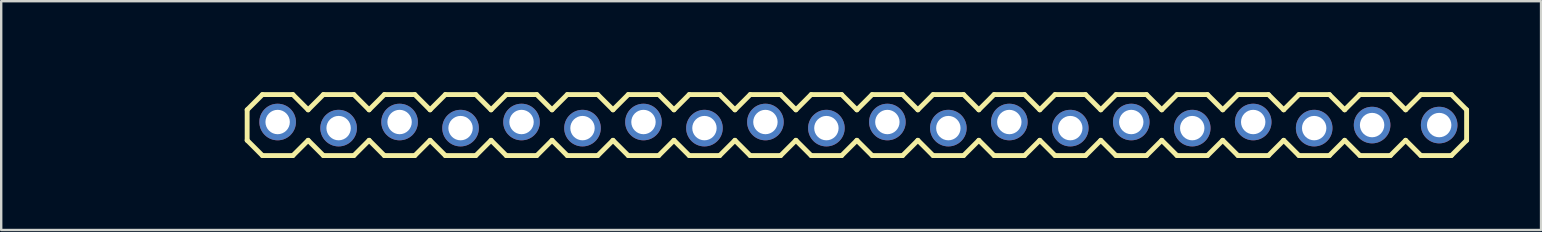
<source format=kicad_pcb>
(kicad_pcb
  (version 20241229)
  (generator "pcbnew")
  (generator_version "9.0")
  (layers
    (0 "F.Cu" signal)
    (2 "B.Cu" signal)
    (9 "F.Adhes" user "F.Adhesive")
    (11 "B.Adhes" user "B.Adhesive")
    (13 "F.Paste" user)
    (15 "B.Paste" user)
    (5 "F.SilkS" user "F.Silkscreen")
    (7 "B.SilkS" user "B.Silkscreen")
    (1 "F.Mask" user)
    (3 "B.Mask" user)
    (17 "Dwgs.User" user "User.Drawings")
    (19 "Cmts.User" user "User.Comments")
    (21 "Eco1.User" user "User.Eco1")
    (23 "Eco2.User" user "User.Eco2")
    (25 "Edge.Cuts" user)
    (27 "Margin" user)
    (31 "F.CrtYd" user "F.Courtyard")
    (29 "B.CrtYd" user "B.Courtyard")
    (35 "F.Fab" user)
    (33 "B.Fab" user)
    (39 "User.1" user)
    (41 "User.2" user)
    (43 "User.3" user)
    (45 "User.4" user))
  (footprint "1X20_LOCK_SPECIAL"
    (layer "F.Cu")
    (at 8.516 2.16)
    (property "Reference" "1X20_LOCK_SPECIAL" (at 1.194 -1.194 0) (layer "Eco1.User") (effects (font (size 1.27 1.27) (thickness 0.127))))
    (attr through_hole)
    (fp_line (start -1.27 -0.635) (end -1.27 0.635) (stroke (width 0.203) (type solid)) (layer "F.SilkS"))
    (fp_line (start -1.27 0.635) (end -0.635 1.27) (stroke (width 0.203) (type solid)) (layer "F.SilkS"))
    (fp_line (start -0.635 -1.27) (end -1.27 -0.635) (stroke (width 0.203) (type solid)) (layer "F.SilkS"))
    (fp_line (start -0.635 -1.27) (end 0.635 -1.27) (stroke (width 0.203) (type solid)) (layer "F.SilkS"))
    (fp_line (start 0.635 -1.27) (end 1.27 -0.635) (stroke (width 0.203) (type solid)) (layer "F.SilkS"))
    (fp_line (start 0.635 1.27) (end -0.635 1.27) (stroke (width 0.203) (type solid)) (layer "F.SilkS"))
    (fp_line (start 1.27 -0.635) (end 1.905 -1.27) (stroke (width 0.203) (type solid)) (layer "F.SilkS"))
    (fp_line (start 1.27 0.635) (end 0.635 1.27) (stroke (width 0.203) (type solid)) (layer "F.SilkS"))
    (fp_line (start 1.905 -1.27) (end 3.175 -1.27) (stroke (width 0.203) (type solid)) (layer "F.SilkS"))
    (fp_line (start 1.905 1.27) (end 1.27 0.635) (stroke (width 0.203) (type solid)) (layer "F.SilkS"))
    (fp_line (start 3.175 -1.27) (end 3.81 -0.635) (stroke (width 0.203) (type solid)) (layer "F.SilkS"))
    (fp_line (start 3.175 1.27) (end 1.905 1.27) (stroke (width 0.203) (type solid)) (layer "F.SilkS"))
    (fp_line (start 3.81 -0.635) (end 4.445 -1.27) (stroke (width 0.203) (type solid)) (layer "F.SilkS"))
    (fp_line (start 3.81 0.635) (end 3.175 1.27) (stroke (width 0.203) (type solid)) (layer "F.SilkS"))
    (fp_line (start 4.445 -1.27) (end 5.715 -1.27) (stroke (width 0.203) (type solid)) (layer "F.SilkS"))
    (fp_line (start 4.445 1.27) (end 3.81 0.635) (stroke (width 0.203) (type solid)) (layer "F.SilkS"))
    (fp_line (start 5.715 -1.27) (end 6.35 -0.635) (stroke (width 0.203) (type solid)) (layer "F.SilkS"))
    (fp_line (start 5.715 1.27) (end 4.445 1.27) (stroke (width 0.203) (type solid)) (layer "F.SilkS"))
    (fp_line (start 6.35 0.635) (end 5.715 1.27) (stroke (width 0.203) (type solid)) (layer "F.SilkS"))
    (fp_line (start 6.35 0.635) (end 6.985 1.27) (stroke (width 0.203) (type solid)) (layer "F.SilkS"))
    (fp_line (start 6.985 -1.27) (end 6.35 -0.635) (stroke (width 0.203) (type solid)) (layer "F.SilkS"))
    (fp_line (start 6.985 -1.27) (end 8.255 -1.27) (stroke (width 0.203) (type solid)) (layer "F.SilkS"))
    (fp_line (start 8.255 -1.27) (end 8.89 -0.635) (stroke (width 0.203) (type solid)) (layer "F.SilkS"))
    (fp_line (start 8.255 1.27) (end 6.985 1.27) (stroke (width 0.203) (type solid)) (layer "F.SilkS"))
    (fp_line (start 8.89 -0.635) (end 9.525 -1.27) (stroke (width 0.203) (type solid)) (layer "F.SilkS"))
    (fp_line (start 8.89 0.635) (end 8.255 1.27) (stroke (width 0.203) (type solid)) (layer "F.SilkS"))
    (fp_line (start 9.525 -1.27) (end 10.795 -1.27) (stroke (width 0.203) (type solid)) (layer "F.SilkS"))
    (fp_line (start 9.525 1.27) (end 8.89 0.635) (stroke (width 0.203) (type solid)) (layer "F.SilkS"))
    (fp_line (start 10.795 -1.27) (end 11.43 -0.635) (stroke (width 0.203) (type solid)) (layer "F.SilkS"))
    (fp_line (start 10.795 1.27) (end 9.525 1.27) (stroke (width 0.203) (type solid)) (layer "F.SilkS"))
    (fp_line (start 11.43 -0.635) (end 12.065 -1.27) (stroke (width 0.203) (type solid)) (layer "F.SilkS"))
    (fp_line (start 11.43 0.635) (end 10.795 1.27) (stroke (width 0.203) (type solid)) (layer "F.SilkS"))
    (fp_line (start 12.065 -1.27) (end 13.335 -1.27) (stroke (width 0.203) (type solid)) (layer "F.SilkS"))
    (fp_line (start 12.065 1.27) (end 11.43 0.635) (stroke (width 0.203) (type solid)) (layer "F.SilkS"))
    (fp_line (start 13.335 -1.27) (end 13.97 -0.635) (stroke (width 0.203) (type solid)) (layer "F.SilkS"))
    (fp_line (start 13.335 1.27) (end 12.065 1.27) (stroke (width 0.203) (type solid)) (layer "F.SilkS"))
    (fp_line (start 13.97 0.635) (end 13.335 1.27) (stroke (width 0.203) (type solid)) (layer "F.SilkS"))
    (fp_line (start 13.97 0.635) (end 14.605 1.27) (stroke (width 0.203) (type solid)) (layer "F.SilkS"))
    (fp_line (start 14.605 -1.27) (end 13.97 -0.635) (stroke (width 0.203) (type solid)) (layer "F.SilkS"))
    (fp_line (start 14.605 -1.27) (end 15.875 -1.27) (stroke (width 0.203) (type solid)) (layer "F.SilkS"))
    (fp_line (start 15.875 -1.27) (end 16.51 -0.635) (stroke (width 0.203) (type solid)) (layer "F.SilkS"))
    (fp_line (start 15.875 1.27) (end 14.605 1.27) (stroke (width 0.203) (type solid)) (layer "F.SilkS"))
    (fp_line (start 16.51 0.635) (end 15.875 1.27) (stroke (width 0.203) (type solid)) (layer "F.SilkS"))
    (fp_line (start 16.51 0.635) (end 17.145 1.27) (stroke (width 0.203) (type solid)) (layer "F.SilkS"))
    (fp_line (start 17.145 -1.27) (end 16.51 -0.635) (stroke (width 0.203) (type solid)) (layer "F.SilkS"))
    (fp_line (start 17.145 -1.27) (end 18.415 -1.27) (stroke (width 0.203) (type solid)) (layer "F.SilkS"))
    (fp_line (start 18.415 -1.27) (end 19.05 -0.635) (stroke (width 0.203) (type solid)) (layer "F.SilkS"))
    (fp_line (start 18.415 1.27) (end 17.145 1.27) (stroke (width 0.203) (type solid)) (layer "F.SilkS"))
    (fp_line (start 19.05 -0.635) (end 19.685 -1.27) (stroke (width 0.203) (type solid)) (layer "F.SilkS"))
    (fp_line (start 19.05 0.635) (end 18.415 1.27) (stroke (width 0.203) (type solid)) (layer "F.SilkS"))
    (fp_line (start 19.685 -1.27) (end 20.955 -1.27) (stroke (width 0.203) (type solid)) (layer "F.SilkS"))
    (fp_line (start 19.685 1.27) (end 19.05 0.635) (stroke (width 0.203) (type solid)) (layer "F.SilkS"))
    (fp_line (start 20.955 -1.27) (end 21.59 -0.635) (stroke (width 0.203) (type solid)) (layer "F.SilkS"))
    (fp_line (start 20.955 1.27) (end 19.685 1.27) (stroke (width 0.203) (type solid)) (layer "F.SilkS"))
    (fp_line (start 21.59 -0.635) (end 22.225 -1.27) (stroke (width 0.203) (type solid)) (layer "F.SilkS"))
    (fp_line (start 21.59 0.635) (end 20.955 1.27) (stroke (width 0.203) (type solid)) (layer "F.SilkS"))
    (fp_line (start 22.225 -1.27) (end 23.495 -1.27) (stroke (width 0.203) (type solid)) (layer "F.SilkS"))
    (fp_line (start 22.225 1.27) (end 21.59 0.635) (stroke (width 0.203) (type solid)) (layer "F.SilkS"))
    (fp_line (start 23.495 -1.27) (end 24.13 -0.635) (stroke (width 0.203) (type solid)) (layer "F.SilkS"))
    (fp_line (start 23.495 1.27) (end 22.225 1.27) (stroke (width 0.203) (type solid)) (layer "F.SilkS"))
    (fp_line (start 24.13 0.635) (end 23.495 1.27) (stroke (width 0.203) (type solid)) (layer "F.SilkS"))
    (fp_line (start 24.13 0.635) (end 24.765 1.27) (stroke (width 0.203) (type solid)) (layer "F.SilkS"))
    (fp_line (start 24.765 -1.27) (end 24.13 -0.635) (stroke (width 0.203) (type solid)) (layer "F.SilkS"))
    (fp_line (start 24.765 -1.27) (end 26.035 -1.27) (stroke (width 0.203) (type solid)) (layer "F.SilkS"))
    (fp_line (start 26.035 -1.27) (end 26.67 -0.635) (stroke (width 0.203) (type solid)) (layer "F.SilkS"))
    (fp_line (start 26.035 1.27) (end 24.765 1.27) (stroke (width 0.203) (type solid)) (layer "F.SilkS"))
    (fp_line (start 26.67 -0.635) (end 27.305 -1.27) (stroke (width 0.203) (type solid)) (layer "F.SilkS"))
    (fp_line (start 26.67 0.635) (end 26.035 1.27) (stroke (width 0.203) (type solid)) (layer "F.SilkS"))
    (fp_line (start 27.305 -1.27) (end 28.575 -1.27) (stroke (width 0.203) (type solid)) (layer "F.SilkS"))
    (fp_line (start 27.305 1.27) (end 26.67 0.635) (stroke (width 0.203) (type solid)) (layer "F.SilkS"))
    (fp_line (start 28.575 -1.27) (end 29.21 -0.635) (stroke (width 0.203) (type solid)) (layer "F.SilkS"))
    (fp_line (start 28.575 1.27) (end 27.305 1.27) (stroke (width 0.203) (type solid)) (layer "F.SilkS"))
    (fp_line (start 29.21 -0.635) (end 29.845 -1.27) (stroke (width 0.203) (type solid)) (layer "F.SilkS"))
    (fp_line (start 29.21 0.635) (end 28.575 1.27) (stroke (width 0.203) (type solid)) (layer "F.SilkS"))
    (fp_line (start 29.845 -1.27) (end 31.115 -1.27) (stroke (width 0.203) (type solid)) (layer "F.SilkS"))
    (fp_line (start 29.845 1.27) (end 29.21 0.635) (stroke (width 0.203) (type solid)) (layer "F.SilkS"))
    (fp_line (start 31.115 -1.27) (end 31.75 -0.635) (stroke (width 0.203) (type solid)) (layer "F.SilkS"))
    (fp_line (start 31.115 1.27) (end 29.845 1.27) (stroke (width 0.203) (type solid)) (layer "F.SilkS"))
    (fp_line (start 31.75 0.635) (end 31.115 1.27) (stroke (width 0.203) (type solid)) (layer "F.SilkS"))
    (fp_line (start 31.75 0.635) (end 32.385 1.27) (stroke (width 0.203) (type solid)) (layer "F.SilkS"))
    (fp_line (start 32.385 -1.27) (end 31.75 -0.635) (stroke (width 0.203) (type solid)) (layer "F.SilkS"))
    (fp_line (start 32.385 -1.27) (end 33.655 -1.27) (stroke (width 0.203) (type solid)) (layer "F.SilkS"))
    (fp_line (start 33.655 -1.27) (end 34.29 -0.635) (stroke (width 0.203) (type solid)) (layer "F.SilkS"))
    (fp_line (start 33.655 1.27) (end 32.385 1.27) (stroke (width 0.203) (type solid)) (layer "F.SilkS"))
    (fp_line (start 34.29 0.635) (end 33.655 1.27) (stroke (width 0.203) (type solid)) (layer "F.SilkS"))
    (fp_line (start 34.29 0.635) (end 34.925 1.27) (stroke (width 0.203) (type solid)) (layer "F.SilkS"))
    (fp_line (start 34.925 -1.27) (end 34.29 -0.635) (stroke (width 0.203) (type solid)) (layer "F.SilkS"))
    (fp_line (start 34.925 -1.27) (end 36.195 -1.27) (stroke (width 0.203) (type solid)) (layer "F.SilkS"))
    (fp_line (start 36.195 -1.27) (end 36.83 -0.635) (stroke (width 0.203) (type solid)) (layer "F.SilkS"))
    (fp_line (start 36.195 1.27) (end 34.925 1.27) (stroke (width 0.203) (type solid)) (layer "F.SilkS"))
    (fp_line (start 36.83 0.635) (end 36.195 1.27) (stroke (width 0.203) (type solid)) (layer "F.SilkS"))
    (fp_line (start 36.83 0.635) (end 37.465 1.27) (stroke (width 0.203) (type solid)) (layer "F.SilkS"))
    (fp_line (start 37.465 -1.27) (end 36.83 -0.635) (stroke (width 0.203) (type solid)) (layer "F.SilkS"))
    (fp_line (start 37.465 -1.27) (end 38.735 -1.27) (stroke (width 0.203) (type solid)) (layer "F.SilkS"))
    (fp_line (start 38.735 -1.27) (end 39.37 -0.635) (stroke (width 0.203) (type solid)) (layer "F.SilkS"))
    (fp_line (start 38.735 1.27) (end 37.465 1.27) (stroke (width 0.203) (type solid)) (layer "F.SilkS"))
    (fp_line (start 39.37 0.635) (end 38.735 1.27) (stroke (width 0.203) (type solid)) (layer "F.SilkS"))
    (fp_line (start 39.37 0.635) (end 40.005 1.27) (stroke (width 0.203) (type solid)) (layer "F.SilkS"))
    (fp_line (start 40.005 -1.27) (end 39.37 -0.635) (stroke (width 0.203) (type solid)) (layer "F.SilkS"))
    (fp_line (start 40.005 -1.27) (end 41.275 -1.27) (stroke (width 0.203) (type solid)) (layer "F.SilkS"))
    (fp_line (start 41.275 -1.27) (end 41.91 -0.635) (stroke (width 0.203) (type solid)) (layer "F.SilkS"))
    (fp_line (start 41.275 1.27) (end 40.005 1.27) (stroke (width 0.203) (type solid)) (layer "F.SilkS"))
    (fp_line (start 41.91 0.635) (end 41.275 1.27) (stroke (width 0.203) (type solid)) (layer "F.SilkS"))
    (fp_line (start 41.91 0.635) (end 42.545 1.27) (stroke (width 0.203) (type solid)) (layer "F.SilkS"))
    (fp_line (start 42.545 -1.27) (end 41.91 -0.635) (stroke (width 0.203) (type solid)) (layer "F.SilkS"))
    (fp_line (start 42.545 -1.27) (end 43.815 -1.27) (stroke (width 0.203) (type solid)) (layer "F.SilkS"))
    (fp_line (start 43.815 -1.27) (end 44.45 -0.635) (stroke (width 0.203) (type solid)) (layer "F.SilkS"))
    (fp_line (start 43.815 1.27) (end 42.545 1.27) (stroke (width 0.203) (type solid)) (layer "F.SilkS"))
    (fp_line (start 44.45 0.635) (end 43.815 1.27) (stroke (width 0.203) (type solid)) (layer "F.SilkS"))
    (fp_line (start 44.45 0.635) (end 45.085 1.27) (stroke (width 0.203) (type solid)) (layer "F.SilkS"))
    (fp_line (start 45.085 -1.27) (end 44.45 -0.635) (stroke (width 0.203) (type solid)) (layer "F.SilkS"))
    (fp_line (start 45.085 -1.27) (end 46.355 -1.27) (stroke (width 0.203) (type solid)) (layer "F.SilkS"))
    (fp_line (start 46.355 -1.27) (end 46.99 -0.635) (stroke (width 0.203) (type solid)) (layer "F.SilkS"))
    (fp_line (start 46.355 1.27) (end 45.085 1.27) (stroke (width 0.203) (type solid)) (layer "F.SilkS"))
    (fp_line (start 46.99 0.635) (end 46.355 1.27) (stroke (width 0.203) (type solid)) (layer "F.SilkS"))
    (fp_line (start 46.99 0.635) (end 47.625 1.27) (stroke (width 0.203) (type solid)) (layer "F.SilkS"))
    (fp_line (start 47.625 -1.27) (end 46.99 -0.635) (stroke (width 0.203) (type solid)) (layer "F.SilkS"))
    (fp_line (start 47.625 -1.27) (end 48.895 -1.27) (stroke (width 0.203) (type solid)) (layer "F.SilkS"))
    (fp_line (start 48.895 -1.27) (end 49.53 -0.635) (stroke (width 0.203) (type solid)) (layer "F.SilkS"))
    (fp_line (start 48.895 1.27) (end 47.625 1.27) (stroke (width 0.203) (type solid)) (layer "F.SilkS"))
    (fp_line (start 49.53 -0.635) (end 49.53 0.635) (stroke (width 0.203) (type solid)) (layer "F.SilkS"))
    (fp_line (start 49.53 0.635) (end 48.895 1.27) (stroke (width 0.203) (type solid)) (layer "F.SilkS"))
    (pad "1" thru_hole oval (at 0 -0.127 90) (size 1.524 1.524) (drill 1.016) (layers "*.Cu" "*.Mask"))
    (pad "2" thru_hole oval (at 2.54 0.127 90) (size 1.524 1.524) (drill 1.016) (layers "*.Cu" "*.Mask"))
    (pad "3" thru_hole oval (at 5.08 -0.127 90) (size 1.524 1.524) (drill 1.016) (layers "*.Cu" "*.Mask"))
    (pad "4" thru_hole oval (at 7.62 0.127 90) (size 1.524 1.524) (drill 1.016) (layers "*.Cu" "*.Mask"))
    (pad "5" thru_hole oval (at 10.16 -0.127 90) (size 1.524 1.524) (drill 1.016) (layers "*.Cu" "*.Mask"))
    (pad "6" thru_hole oval (at 12.7 0.127 90) (size 1.524 1.524) (drill 1.016) (layers "*.Cu" "*.Mask"))
    (pad "7" thru_hole oval (at 15.24 -0.127 90) (size 1.524 1.524) (drill 1.016) (layers "*.Cu" "*.Mask"))
    (pad "8" thru_hole oval (at 17.78 0.127 90) (size 1.524 1.524) (drill 1.016) (layers "*.Cu" "*.Mask"))
    (pad "9" thru_hole oval (at 20.32 -0.127 90) (size 1.524 1.524) (drill 1.016) (layers "*.Cu" "*.Mask"))
    (pad "10" thru_hole oval (at 22.86 0.127 90) (size 1.524 1.524) (drill 1.016) (layers "*.Cu" "*.Mask"))
    (pad "11" thru_hole oval (at 25.4 -0.127 90) (size 1.524 1.524) (drill 1.016) (layers "*.Cu" "*.Mask"))
    (pad "12" thru_hole oval (at 27.94 0.127 90) (size 1.524 1.524) (drill 1.016) (layers "*.Cu" "*.Mask"))
    (pad "13" thru_hole oval (at 30.48 -0.127 90) (size 1.524 1.524) (drill 1.016) (layers "*.Cu" "*.Mask"))
    (pad "14" thru_hole oval (at 33.02 0.127 90) (size 1.524 1.524) (drill 1.016) (layers "*.Cu" "*.Mask"))
    (pad "15" thru_hole oval (at 35.56 -0.127 90) (size 1.524 1.524) (drill 1.016) (layers "*.Cu" "*.Mask"))
    (pad "16" thru_hole oval (at 38.1 0.127 90) (size 1.524 1.524) (drill 1.016) (layers "*.Cu" "*.Mask"))
    (pad "17" thru_hole oval (at 40.64 -0.127 90) (size 1.524 1.524) (drill 1.016) (layers "*.Cu" "*.Mask"))
    (pad "18" thru_hole oval (at 43.18 0.127 90) (size 1.524 1.524) (drill 1.016) (layers "*.Cu" "*.Mask"))
    (pad "19" thru_hole oval (at 45.593 0 90) (size 1.524 1.524) (drill 1.016) (layers "*.Cu" "*.Mask"))
    (pad "20" thru_hole oval (at 48.387 0 90) (size 1.524 1.524) (drill 1.016) (layers "*.Cu" "*.Mask")))
  (gr_rect
    (start -3 -3)
    (end 61.147 6.531)
    (stroke (width 0.1) (type default))
    (fill no)
    (layer "Edge.Cuts")))
</source>
